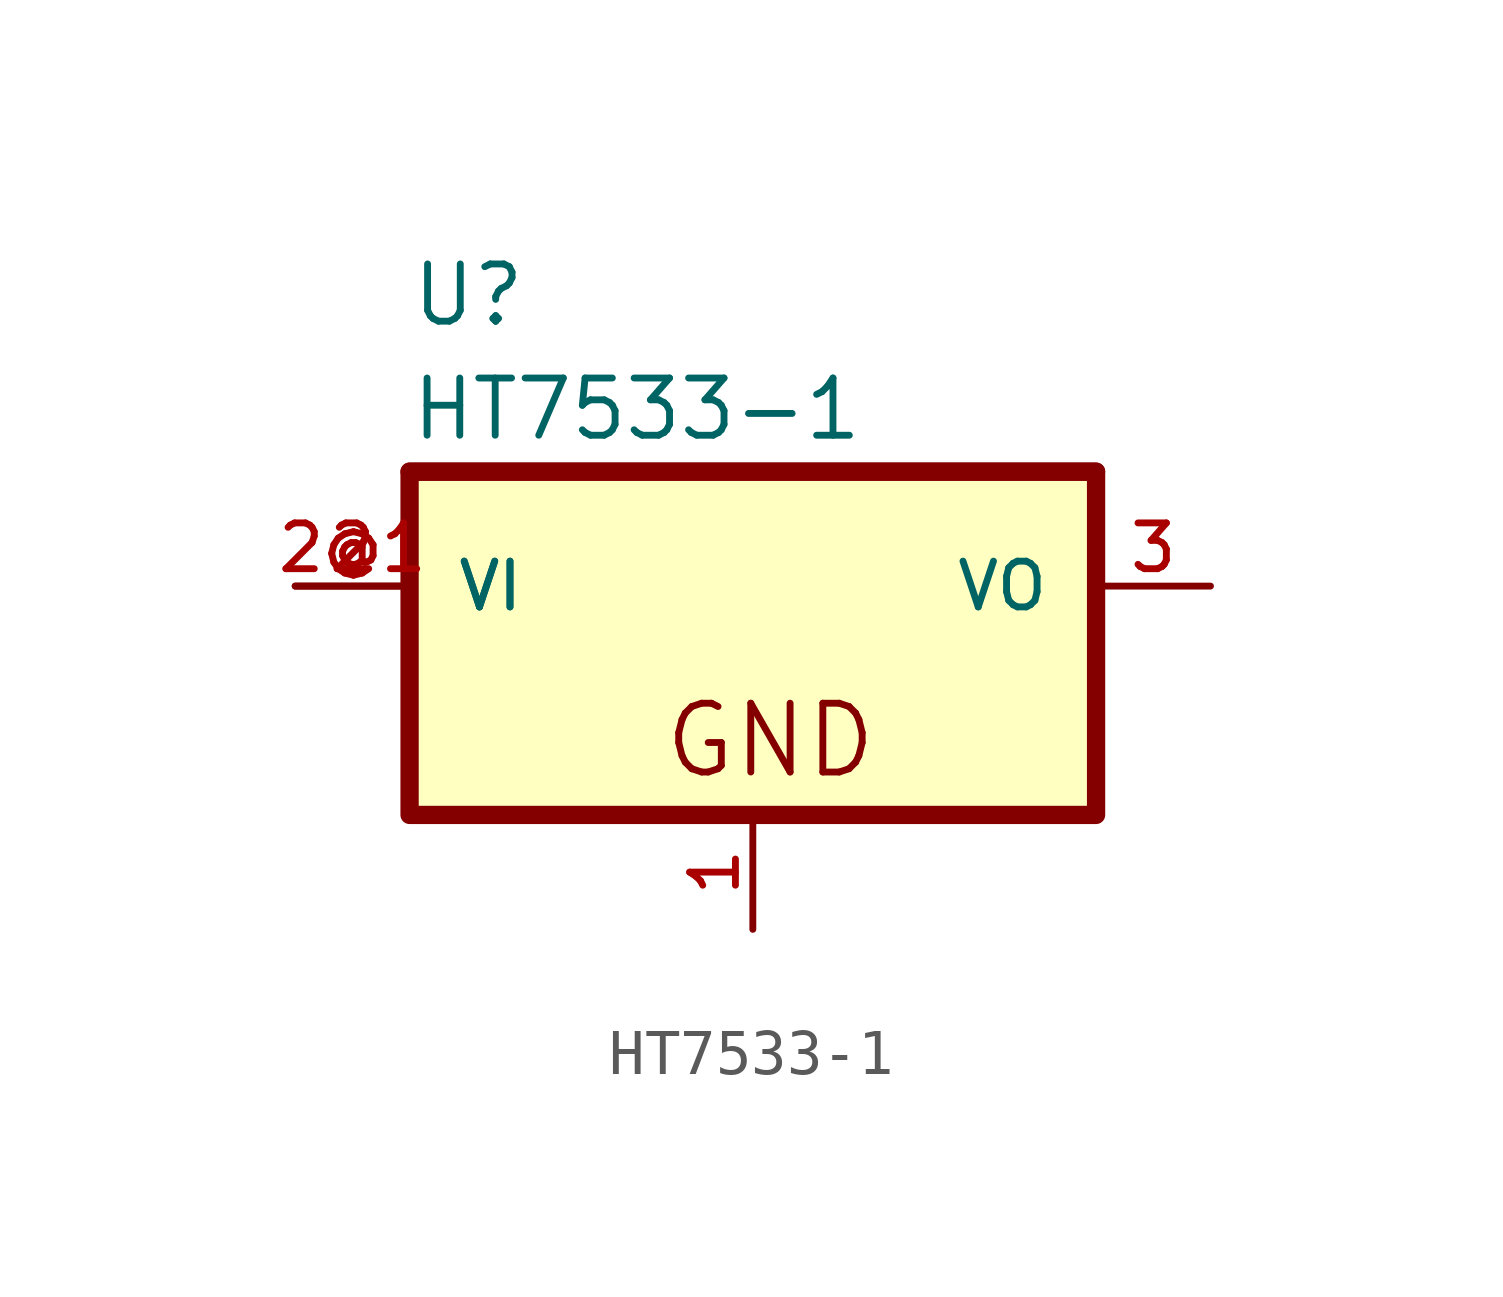
<source format=kicad_sym>
(kicad_symbol_lib
  (version 20241209)
  (generator "kicad_symbol_editor")
  (generator_version "9.0")
  (symbol "HT7533-1"
    (pin_names
      (offset 1.016))
    (property "Reference" "U"
      (at -7.623 8.258 0)
      (effects (font (size 1.27 1.27)) (justify left bottom)))
    (property "Value" "HT7533-1"
      (at -7.634 5.726 0)
      (effects (font (size 1.27 1.27)) (justify left bottom)))
    (symbol "HT7533-1_0_0"
      (rectangle (start -7.62 -2.54) (end 7.62 5.08) (stroke (width 0.406) (type default)) (fill (type background)))
      (polyline (pts (xy 7.62 5.08) (xy -7.62 5.08)) (stroke (width 0.406) (type default)) (fill (type none)))
      (text "GND" (at -2.036 -1.782 0) (effects (font (size 1.527 1.527)) (justify left bottom)))
      (pin input line (at -10.16 2.54 0) (length 2.54) (name "VI" (effects (font (size 1.016 1.016)))) (number "2" (effects (font (size 1.016 1.016)))))
      (pin passive line (at 0 -5.08 90) (length 2.54) (name "~" (effects (font (size 1.016 1.016)))) (number "1" (effects (font (size 1.016 1.016)))))
      (pin passive line (at 10.16 2.54 180) (length 2.54) (name "VO" (effects (font (size 1.016 1.016)))) (number "3" (effects (font (size 1.016 1.016))))))
    (symbol "HT7533-1_1_1"
      (pin input line (at -10.16 2.54 0) (length 2.54) (name "VI" (effects (font (size 1.016 1.016)))) (number "2@1" (effects (font (size 1.016 1.016))))))))
</source>
